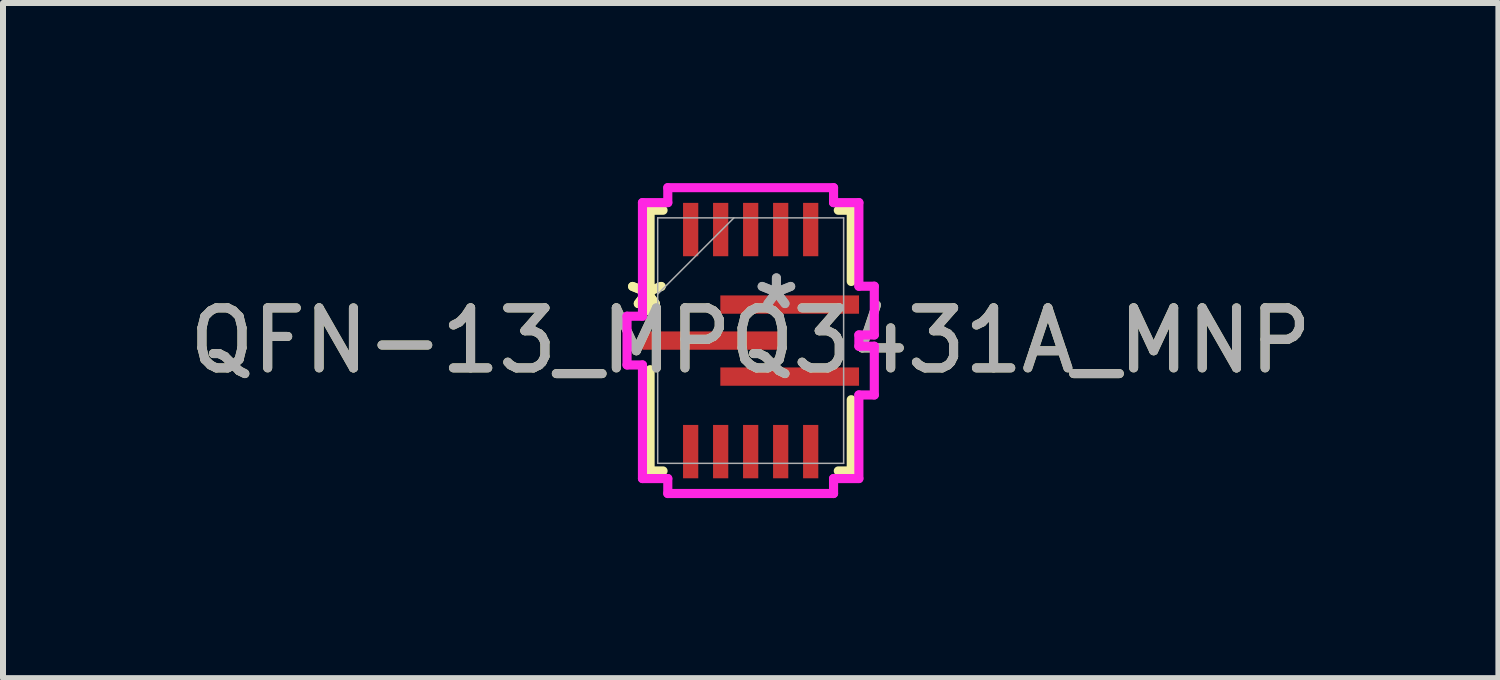
<source format=kicad_pcb>
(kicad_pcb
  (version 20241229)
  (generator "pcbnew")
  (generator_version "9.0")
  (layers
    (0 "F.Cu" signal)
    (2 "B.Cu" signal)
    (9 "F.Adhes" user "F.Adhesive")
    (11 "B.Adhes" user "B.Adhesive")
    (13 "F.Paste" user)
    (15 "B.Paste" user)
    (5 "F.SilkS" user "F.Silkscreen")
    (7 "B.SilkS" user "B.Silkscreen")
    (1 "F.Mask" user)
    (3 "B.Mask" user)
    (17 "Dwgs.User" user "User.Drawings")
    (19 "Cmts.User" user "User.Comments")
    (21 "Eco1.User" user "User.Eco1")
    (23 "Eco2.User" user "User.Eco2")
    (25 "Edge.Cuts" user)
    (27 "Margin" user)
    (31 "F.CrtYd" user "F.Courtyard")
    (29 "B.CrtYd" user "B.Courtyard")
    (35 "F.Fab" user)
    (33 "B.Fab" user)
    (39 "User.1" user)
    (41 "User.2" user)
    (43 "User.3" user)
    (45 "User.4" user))
  (footprint "QFN-13_MPQ3431A_MNP"
    (layer "F.Cu")
    (at 9.458 2.625)
    (property "Reference" "QFN-13_MPQ3431A_MNP" (at 0 0 0) (unlocked yes) (layer "F.SilkS") (effects (font (size 1 1) (thickness 0.15))))
    (attr smd)
    (fp_line (start -1.676 -2.172) (end -1.46 -2.172) (stroke (width 0.152) (type solid)) (layer "F.SilkS"))
    (fp_line (start -1.676 -0.485) (end -1.676 -2.172) (stroke (width 0.152) (type solid)) (layer "F.SilkS"))
    (fp_line (start -1.676 2.172) (end -1.676 0.485) (stroke (width 0.152) (type solid)) (layer "F.SilkS"))
    (fp_line (start -1.46 2.172) (end -1.676 2.172) (stroke (width 0.152) (type solid)) (layer "F.SilkS"))
    (fp_line (start 1.46 -2.172) (end 1.676 -2.172) (stroke (width 0.152) (type solid)) (layer "F.SilkS"))
    (fp_line (start 1.676 -2.172) (end 1.676 -0.985) (stroke (width 0.152) (type solid)) (layer "F.SilkS"))
    (fp_line (start 1.676 0.985) (end 1.676 2.172) (stroke (width 0.152) (type solid)) (layer "F.SilkS"))
    (fp_line (start 1.676 2.172) (end 1.46 2.172) (stroke (width 0.152) (type solid)) (layer "F.SilkS"))
    (fp_poly (pts (xy -1.805 -1.17) (xy -1.805 -0.1) (xy -0.735 -0.1) (xy -0.735 -1.17)) (stroke (width 0) (type solid)) (fill yes) (layer "F.Paste"))
    (fp_poly (pts (xy -1.805 -1.17) (xy -1.805 -0.1) (xy -0.735 -0.1) (xy -0.735 -1.17)) (stroke (width 0) (type solid)) (fill yes) (layer "F.Paste"))
    (fp_poly (pts (xy -1.805 0.1) (xy -1.805 1.17) (xy -0.735 1.17) (xy -0.735 0.1)) (stroke (width 0) (type solid)) (fill yes) (layer "F.Paste"))
    (fp_poly (pts (xy -1.805 0.1) (xy -1.805 1.17) (xy -0.735 1.17) (xy -0.735 0.1)) (stroke (width 0) (type solid)) (fill yes) (layer "F.Paste"))
    (fp_poly (pts (xy -0.535 -1.17) (xy -0.535 -0.1) (xy 0.535 -0.1) (xy 0.535 -1.17)) (stroke (width 0) (type solid)) (fill yes) (layer "F.Paste"))
    (fp_poly (pts (xy -0.535 -1.17) (xy -0.535 -0.1) (xy 0.535 -0.1) (xy 0.535 -1.17)) (stroke (width 0) (type solid)) (fill yes) (layer "F.Paste"))
    (fp_poly (pts (xy -0.535 0.1) (xy -0.535 1.17) (xy 0.535 1.17) (xy 0.535 0.1)) (stroke (width 0) (type solid)) (fill yes) (layer "F.Paste"))
    (fp_poly (pts (xy -0.535 0.1) (xy -0.535 1.17) (xy 0.535 1.17) (xy 0.535 0.1)) (stroke (width 0) (type solid)) (fill yes) (layer "F.Paste"))
    (fp_poly (pts (xy 0.735 -1.17) (xy 0.735 -0.1) (xy 1.805 -0.1) (xy 1.805 -1.17)) (stroke (width 0) (type solid)) (fill yes) (layer "F.Paste"))
    (fp_poly (pts (xy 0.735 -1.17) (xy 0.735 -0.1) (xy 1.805 -0.1) (xy 1.805 -1.17)) (stroke (width 0) (type solid)) (fill yes) (layer "F.Paste"))
    (fp_poly (pts (xy 0.735 0.1) (xy 0.735 1.17) (xy 1.805 1.17) (xy 1.805 0.1)) (stroke (width 0) (type solid)) (fill yes) (layer "F.Paste"))
    (fp_poly (pts (xy 0.735 0.1) (xy 0.735 1.17) (xy 1.805 1.17) (xy 1.805 0.1)) (stroke (width 0) (type solid)) (fill yes) (layer "F.Paste"))
    (fp_line (start -2.06 -0.406) (end -2.06 0.406) (stroke (width 0.152) (type solid)) (layer "F.CrtYd"))
    (fp_line (start -2.06 0.406) (end -1.803 0.406) (stroke (width 0.152) (type solid)) (layer "F.CrtYd"))
    (fp_line (start -1.803 -2.299) (end -1.803 -0.406) (stroke (width 0.152) (type solid)) (layer "F.CrtYd"))
    (fp_line (start -1.803 -0.406) (end -2.06 -0.406) (stroke (width 0.152) (type solid)) (layer "F.CrtYd"))
    (fp_line (start -1.803 0.406) (end -1.803 2.299) (stroke (width 0.152) (type solid)) (layer "F.CrtYd"))
    (fp_line (start -1.803 2.299) (end -1.381 2.299) (stroke (width 0.152) (type solid)) (layer "F.CrtYd"))
    (fp_line (start -1.381 -2.548) (end -1.381 -2.299) (stroke (width 0.152) (type solid)) (layer "F.CrtYd"))
    (fp_line (start -1.381 -2.299) (end -1.803 -2.299) (stroke (width 0.152) (type solid)) (layer "F.CrtYd"))
    (fp_line (start -1.381 2.299) (end -1.381 2.548) (stroke (width 0.152) (type solid)) (layer "F.CrtYd"))
    (fp_line (start -1.381 2.548) (end 1.381 2.548) (stroke (width 0.152) (type solid)) (layer "F.CrtYd"))
    (fp_line (start 1.381 -2.548) (end -1.381 -2.548) (stroke (width 0.152) (type solid)) (layer "F.CrtYd"))
    (fp_line (start 1.381 -2.299) (end 1.381 -2.548) (stroke (width 0.152) (type solid)) (layer "F.CrtYd"))
    (fp_line (start 1.381 2.299) (end 1.803 2.299) (stroke (width 0.152) (type solid)) (layer "F.CrtYd"))
    (fp_line (start 1.381 2.548) (end 1.381 2.299) (stroke (width 0.152) (type solid)) (layer "F.CrtYd"))
    (fp_line (start 1.803 -2.299) (end 1.381 -2.299) (stroke (width 0.152) (type solid)) (layer "F.CrtYd"))
    (fp_line (start 1.803 -0.906) (end 1.803 -2.299) (stroke (width 0.152) (type solid)) (layer "F.CrtYd"))
    (fp_line (start 1.803 -0.094) (end 2.06 -0.094) (stroke (width 0.152) (type solid)) (layer "F.CrtYd"))
    (fp_line (start 1.803 0.094) (end 1.803 -0.094) (stroke (width 0.152) (type solid)) (layer "F.CrtYd"))
    (fp_line (start 1.803 0.906) (end 2.06 0.906) (stroke (width 0.152) (type solid)) (layer "F.CrtYd"))
    (fp_line (start 1.803 2.299) (end 1.803 0.906) (stroke (width 0.152) (type solid)) (layer "F.CrtYd"))
    (fp_line (start 2.06 -0.906) (end 1.803 -0.906) (stroke (width 0.152) (type solid)) (layer "F.CrtYd"))
    (fp_line (start 2.06 -0.094) (end 2.06 -0.906) (stroke (width 0.152) (type solid)) (layer "F.CrtYd"))
    (fp_line (start 2.06 0.094) (end 1.803 0.094) (stroke (width 0.152) (type solid)) (layer "F.CrtYd"))
    (fp_line (start 2.06 0.906) (end 2.06 0.094) (stroke (width 0.152) (type solid)) (layer "F.CrtYd"))
    (fp_line (start -1.549 -2.045) (end -1.549 2.045) (stroke (width 0.025) (type solid)) (layer "F.Fab"))
    (fp_line (start -1.549 -0.775) (end -0.279 -2.045) (stroke (width 0.025) (type solid)) (layer "F.Fab"))
    (fp_line (start -1.549 2.045) (end 1.549 2.045) (stroke (width 0.025) (type solid)) (layer "F.Fab"))
    (fp_line (start 1.549 -2.045) (end -1.549 -2.045) (stroke (width 0.025) (type solid)) (layer "F.Fab"))
    (fp_line (start 1.549 2.045) (end 1.549 -2.045) (stroke (width 0.025) (type solid)) (layer "F.Fab"))
    (fp_text user "*" (at -1.73 -0.5 0) (unlocked yes) (layer "F.SilkS") (effects (font (size 1 1) (thickness 0.15))))
    (fp_text user "*" (at -1.73 -0.5 0) (layer "F.SilkS") (effects (font (size 1 1) (thickness 0.15))))
    (fp_text user "*" (at 0.429 -0.5 0) (layer "F.Fab") (effects (font (size 1 1) (thickness 0.15))))
    (fp_text user "*" (at 0.429 -0.5 0) (unlocked yes) (layer "F.Fab") (effects (font (size 1 1) (thickness 0.15))))
    (fp_text user "${REFERENCE}" (at 0 0 0) (unlocked yes) (layer "F.Fab") (effects (font (size 1 1) (thickness 0.15))))
    (pad "1" smd rect (at -0.65 0) (size 2.311 0.305) (layers "F.Cu" "F.Mask" "F.Paste"))
    (pad "2" smd rect (at -1 1.85 90) (size 0.889 0.254) (layers "F.Cu" "F.Mask" "F.Paste"))
    (pad "3" smd rect (at -0.5 1.85 90) (size 0.889 0.254) (layers "F.Cu" "F.Mask" "F.Paste"))
    (pad "4" smd rect (at 0 1.85 90) (size 0.889 0.254) (layers "F.Cu" "F.Mask" "F.Paste"))
    (pad "5" smd rect (at 0.5 1.85 90) (size 0.889 0.254) (layers "F.Cu" "F.Mask" "F.Paste"))
    (pad "6" smd rect (at 1 1.85 90) (size 0.889 0.254) (layers "F.Cu" "F.Mask" "F.Paste"))
    (pad "7" smd rect (at 0.65 0.6) (size 2.311 0.305) (layers "F.Cu" "F.Mask" "F.Paste"))
    (pad "8" smd rect (at 0.65 -0.6) (size 2.311 0.305) (layers "F.Cu" "F.Mask" "F.Paste"))
    (pad "9" smd rect (at 1 -1.85 90) (size 0.889 0.254) (layers "F.Cu" "F.Mask" "F.Paste"))
    (pad "10" smd rect (at 0.5 -1.85 90) (size 0.889 0.254) (layers "F.Cu" "F.Mask" "F.Paste"))
    (pad "11" smd rect (at 0 -1.85 90) (size 0.889 0.254) (layers "F.Cu" "F.Mask" "F.Paste"))
    (pad "12" smd rect (at -0.5 -1.85 90) (size 0.889 0.254) (layers "F.Cu" "F.Mask" "F.Paste"))
    (pad "13" smd rect (at -1 -1.85 90) (size 0.889 0.254) (layers "F.Cu" "F.Mask" "F.Paste")))
  (gr_rect
    (start -3 -3)
    (end 21.917 8.249)
    (stroke (width 0.1) (type default))
    (fill no)
    (layer "Edge.Cuts")))
</source>
